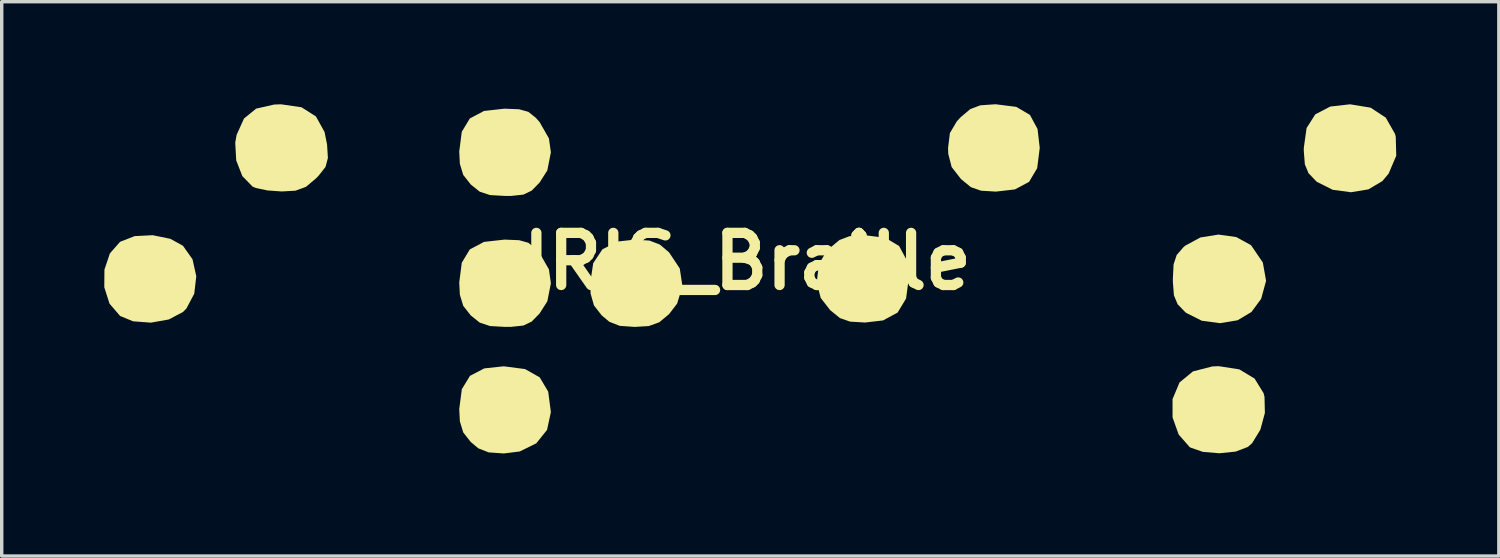
<source format=kicad_pcb>
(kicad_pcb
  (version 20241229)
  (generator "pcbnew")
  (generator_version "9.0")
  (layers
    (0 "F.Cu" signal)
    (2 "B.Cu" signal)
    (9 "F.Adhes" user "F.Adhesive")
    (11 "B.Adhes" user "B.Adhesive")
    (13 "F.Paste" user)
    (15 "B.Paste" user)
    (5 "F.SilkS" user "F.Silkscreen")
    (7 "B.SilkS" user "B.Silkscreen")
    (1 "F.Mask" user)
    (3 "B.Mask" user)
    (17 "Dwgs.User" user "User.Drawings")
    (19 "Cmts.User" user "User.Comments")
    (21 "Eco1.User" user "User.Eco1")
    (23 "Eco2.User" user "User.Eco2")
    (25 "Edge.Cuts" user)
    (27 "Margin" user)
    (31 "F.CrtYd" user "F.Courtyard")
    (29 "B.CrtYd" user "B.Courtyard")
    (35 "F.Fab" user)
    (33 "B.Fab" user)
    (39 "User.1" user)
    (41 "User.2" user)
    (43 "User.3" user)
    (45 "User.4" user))
  (footprint "IRIS_Braille"
    (layer "F.Cu")
    (at 18.804 4.595)
    (property "Reference" "IRIS_Braille" (at 0 0 0) (layer "F.SilkS") (effects (font (size 1.524 1.524) (thickness 0.3))))
    (attr board_only exclude_from_pos_files exclude_from_bom)
    (fp_poly (pts (xy -16.872 -0.661) (xy -16.504 -0.458) (xy -16.224 -0.063) (xy -16.114 0.434) (xy -16.173 0.943) (xy -16.403 1.378) (xy -16.504 1.479) (xy -16.92 1.698) (xy -17.443 1.791) (xy -17.964 1.751) (xy -18.342 1.595) (xy -18.651 1.236) (xy -18.804 0.757) (xy -18.8 0.24) (xy -18.64 -0.235) (xy -18.342 -0.574) (xy -17.916 -0.74) (xy -17.389 -0.767)) (stroke (width 0) (type solid)) (fill yes) (layer "F.SilkS"))
    (fp_poly (pts (xy -6.499 3.148) (xy -6.07 3.391) (xy -5.823 3.807) (xy -5.744 4.405) (xy -5.856 4.926) (xy -6.171 5.32) (xy -6.656 5.558) (xy -7.121 5.616) (xy -7.561 5.585) (xy -7.866 5.466) (xy -8.088 5.28) (xy -8.307 5.001) (xy -8.406 4.676) (xy -8.424 4.316) (xy -8.348 3.736) (xy -8.11 3.346) (xy -7.692 3.128) (xy -7.122 3.067)) (stroke (width 0) (type solid)) (fill yes) (layer "F.SilkS"))
    (fp_poly (pts (xy -2.859 -0.609) (xy -2.558 -0.493) (xy -2.288 -0.265) (xy -1.975 0.206) (xy -1.897 0.724) (xy -2.052 1.233) (xy -2.288 1.541) (xy -2.575 1.78) (xy -2.881 1.89) (xy -3.291 1.915) (xy -3.732 1.884) (xy -4.036 1.764) (xy -4.258 1.578) (xy -4.484 1.288) (xy -4.581 0.947) (xy -4.595 0.638) (xy -4.506 0.052) (xy -4.236 -0.355) (xy -3.784 -0.583) (xy -3.291 -0.638)) (stroke (width 0) (type solid)) (fill yes) (layer "F.SilkS"))
    (fp_poly (pts (xy 14.388 3.157) (xy 14.834 3.425) (xy 15.096 3.849) (xy 15.125 3.958) (xy 15.136 4.431) (xy 15.004 4.92) (xy 14.764 5.313) (xy 14.64 5.424) (xy 14.283 5.561) (xy 13.805 5.61) (xy 13.324 5.57) (xy 12.956 5.442) (xy 12.937 5.43) (xy 12.615 5.063) (xy 12.436 4.562) (xy 12.435 4.028) (xy 12.64 3.539) (xy 13.033 3.216) (xy 13.598 3.071) (xy 13.785 3.063)) (stroke (width 0) (type solid)) (fill yes) (layer "F.SilkS"))
    (fp_poly (pts (xy 18.228 -4.496) (xy 18.671 -4.205) (xy 18.939 -3.735) (xy 18.963 -3.649) (xy 18.978 -3.091) (xy 18.755 -2.568) (xy 18.572 -2.35) (xy 18.166 -2.108) (xy 17.651 -2.023) (xy 17.119 -2.095) (xy 16.663 -2.324) (xy 16.632 -2.35) (xy 16.412 -2.58) (xy 16.305 -2.838) (xy 16.274 -3.229) (xy 16.274 -3.319) (xy 16.356 -3.901) (xy 16.61 -4.301) (xy 17.048 -4.529) (xy 17.627 -4.595)) (stroke (width 0) (type solid)) (fill yes) (layer "F.SilkS"))
    (fp_poly (pts (xy -13.035 -4.507) (xy -12.614 -4.239) (xy -12.362 -3.782) (xy -12.289 -3.416) (xy -12.265 -3.025) (xy -12.334 -2.764) (xy -12.534 -2.51) (xy -12.61 -2.431) (xy -12.907 -2.181) (xy -13.212 -2.069) (xy -13.616 -2.046) (xy -14.033 -2.076) (xy -14.373 -2.147) (xy -14.467 -2.187) (xy -14.768 -2.496) (xy -14.946 -2.954) (xy -14.975 -3.474) (xy -14.934 -3.702) (xy -14.718 -4.18) (xy -14.364 -4.468) (xy -13.837 -4.588) (xy -13.636 -4.595)) (stroke (width 0) (type solid)) (fill yes) (layer "F.SilkS"))
    (fp_poly (pts (xy 4.038 -0.69) (xy 4.439 -0.451) (xy 4.662 -0.037) (xy 4.723 0.486) (xy 4.643 1.086) (xy 4.396 1.495) (xy 3.972 1.725) (xy 3.443 1.787) (xy 3.007 1.761) (xy 2.709 1.657) (xy 2.433 1.432) (xy 2.415 1.414) (xy 2.147 1.069) (xy 2.048 0.683) (xy 2.042 0.511) (xy 2.096 0.075) (xy 2.298 -0.267) (xy 2.415 -0.393) (xy 2.694 -0.626) (xy 2.988 -0.737) (xy 3.412 -0.766) (xy 3.442 -0.766)) (stroke (width 0) (type solid)) (fill yes) (layer "F.SilkS"))
    (fp_poly (pts (xy 7.865 -4.52) (xy 8.265 -4.285) (xy 8.488 -3.872) (xy 8.552 -3.319) (xy 8.477 -2.727) (xy 8.241 -2.328) (xy 7.827 -2.106) (xy 7.271 -2.042) (xy 6.836 -2.068) (xy 6.538 -2.172) (xy 6.262 -2.398) (xy 6.244 -2.415) (xy 5.976 -2.76) (xy 5.877 -3.146) (xy 5.871 -3.319) (xy 5.925 -3.754) (xy 6.127 -4.096) (xy 6.244 -4.222) (xy 6.523 -4.456) (xy 6.817 -4.566) (xy 7.241 -4.595) (xy 7.271 -4.595)) (stroke (width 0) (type solid)) (fill yes) (layer "F.SilkS"))
    (fp_poly (pts (xy 14.297 -0.713) (xy 14.716 -0.484) (xy 14.743 -0.458) (xy 15.076 0.032) (xy 15.171 0.566) (xy 15.027 1.094) (xy 14.743 1.479) (xy 14.337 1.721) (xy 13.822 1.806) (xy 13.29 1.734) (xy 12.834 1.505) (xy 12.803 1.479) (xy 12.583 1.25) (xy 12.476 0.991) (xy 12.445 0.6) (xy 12.445 0.511) (xy 12.466 0.086) (xy 12.557 -0.188) (xy 12.754 -0.415) (xy 12.803 -0.458) (xy 13.248 -0.7) (xy 13.777 -0.785)) (stroke (width 0) (type solid)) (fill yes) (layer "F.SilkS"))
    (fp_poly (pts (xy -6.674 -4.45) (xy -6.402 -4.374) (xy -6.185 -4.2) (xy -6.074 -4.075) (xy -5.801 -3.596) (xy -5.744 -3.191) (xy -5.848 -2.662) (xy -6.074 -2.307) (xy -6.305 -2.071) (xy -6.547 -1.954) (xy -6.902 -1.916) (xy -7.078 -1.915) (xy -7.523 -1.94) (xy -7.823 -2.038) (xy -8.083 -2.246) (xy -8.088 -2.251) (xy -8.307 -2.53) (xy -8.406 -2.854) (xy -8.424 -3.214) (xy -8.35 -3.791) (xy -8.115 -4.18) (xy -7.701 -4.4) (xy -7.101 -4.467)) (stroke (width 0) (type solid)) (fill yes) (layer "F.SilkS"))
    (fp_poly (pts (xy -6.674 -0.621) (xy -6.402 -0.545) (xy -6.185 -0.371) (xy -6.074 -0.245) (xy -5.801 0.234) (xy -5.744 0.638) (xy -5.848 1.167) (xy -6.074 1.522) (xy -6.305 1.758) (xy -6.547 1.875) (xy -6.902 1.913) (xy -7.078 1.915) (xy -7.523 1.89) (xy -7.823 1.791) (xy -8.083 1.583) (xy -8.088 1.578) (xy -8.307 1.3) (xy -8.406 0.975) (xy -8.424 0.615) (xy -8.35 0.038) (xy -8.115 -0.351) (xy -7.701 -0.571) (xy -7.101 -0.638)) (stroke (width 0) (type solid)) (fill yes) (layer "F.SilkS")))
  (gr_rect
    (start -3 -3)
    (end 40.782 13.211)
    (stroke (width 0.1) (type default))
    (fill no)
    (layer "Edge.Cuts")))
</source>
